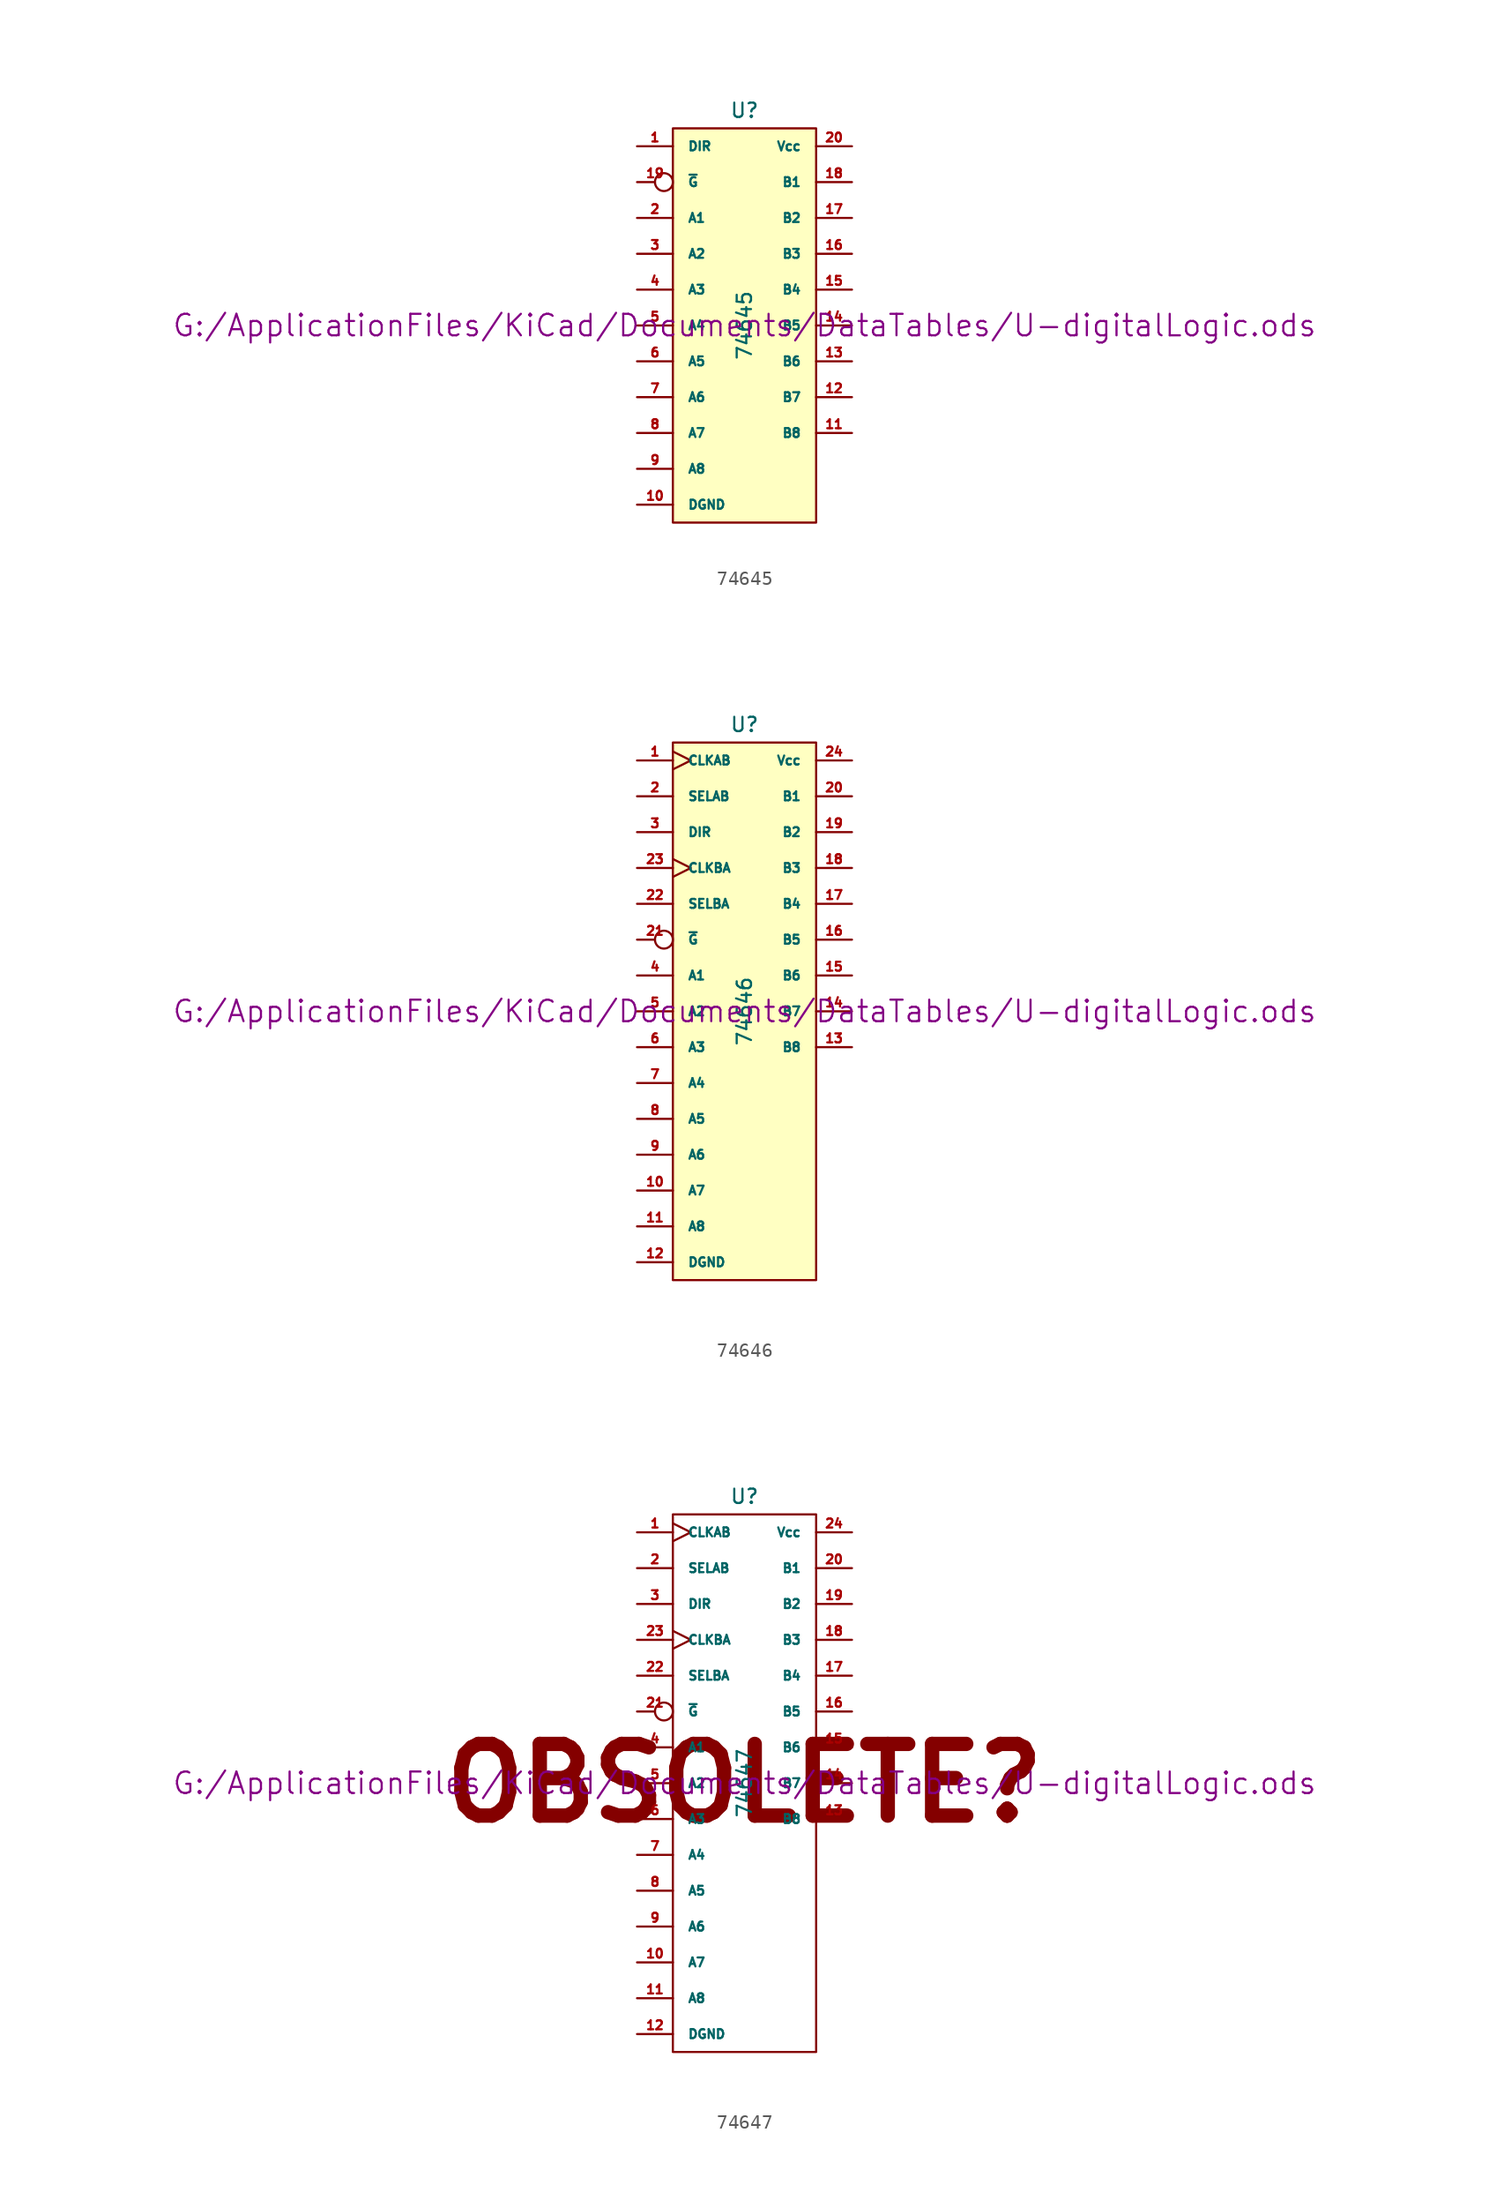
<source format=kicad_sym>
(kicad_symbol_lib
  (version 20211014)
  (generator kicad_symbol_editor)
  (symbol "74645"
    (pin_names
      (offset 1.016))
    (property "Reference" "U"
      (at 0 15.24 0)
      (effects (font (size 1.016 1.016))))
    (property "Value" "74645"
      (at 0 0 90)
      (effects (font (size 1.016 1.016))))
    (property "Footprint" ""
      (at 0 0 0)
      (effects (font (size 1.524 1.524))))
    (property "Datasheet" "G:/ApplicationFiles/KiCad/Documents/DataTables/U-digitalLogic.ods"
      (at 0 0 0)
      (effects (font (size 1.524 1.524))))
    (symbol "74645_0_1"
      (rectangle (start -5.08 13.97) (end 5.08 -13.97) (stroke (width 0) (type default) (color 0 0 0 0)) (fill (type background))))
    (symbol "74645_1_1"
      (pin input line (at -7.62 12.7 0) (length 2.54) (name "DIR" (effects (font (size 0.635 0.635)))) (number "1" (effects (font (size 0.635 0.635)))))
      (pin power_in line (at -7.62 -12.7 0) (length 2.54) (name "DGND" (effects (font (size 0.635 0.635)))) (number "10" (effects (font (size 0.635 0.635)))))
      (pin tri_state line (at 7.62 -7.62 180) (length 2.54) (name "B8" (effects (font (size 0.635 0.635)))) (number "11" (effects (font (size 0.635 0.635)))))
      (pin tri_state line (at 7.62 -5.08 180) (length 2.54) (name "B7" (effects (font (size 0.635 0.635)))) (number "12" (effects (font (size 0.635 0.635)))))
      (pin tri_state line (at 7.62 -2.54 180) (length 2.54) (name "B6" (effects (font (size 0.635 0.635)))) (number "13" (effects (font (size 0.635 0.635)))))
      (pin tri_state line (at 7.62 0 180) (length 2.54) (name "B5" (effects (font (size 0.635 0.635)))) (number "14" (effects (font (size 0.635 0.635)))))
      (pin tri_state line (at 7.62 2.54 180) (length 2.54) (name "B4" (effects (font (size 0.635 0.635)))) (number "15" (effects (font (size 0.635 0.635)))))
      (pin tri_state line (at 7.62 5.08 180) (length 2.54) (name "B3" (effects (font (size 0.635 0.635)))) (number "16" (effects (font (size 0.635 0.635)))))
      (pin tri_state line (at 7.62 7.62 180) (length 2.54) (name "B2" (effects (font (size 0.635 0.635)))) (number "17" (effects (font (size 0.635 0.635)))))
      (pin tri_state line (at 7.62 10.16 180) (length 2.54) (name "B1" (effects (font (size 0.635 0.635)))) (number "18" (effects (font (size 0.635 0.635)))))
      (pin input inverted (at -7.62 10.16 0) (length 2.54) (name "~{G}" (effects (font (size 0.635 0.635)))) (number "19" (effects (font (size 0.635 0.635)))))
      (pin tri_state line (at -7.62 7.62 0) (length 2.54) (name "A1" (effects (font (size 0.635 0.635)))) (number "2" (effects (font (size 0.635 0.635)))))
      (pin power_in line (at 7.62 12.7 180) (length 2.54) (name "Vcc" (effects (font (size 0.635 0.635)))) (number "20" (effects (font (size 0.635 0.635)))))
      (pin tri_state line (at -7.62 5.08 0) (length 2.54) (name "A2" (effects (font (size 0.635 0.635)))) (number "3" (effects (font (size 0.635 0.635)))))
      (pin tri_state line (at -7.62 2.54 0) (length 2.54) (name "A3" (effects (font (size 0.635 0.635)))) (number "4" (effects (font (size 0.635 0.635)))))
      (pin tri_state line (at -7.62 0 0) (length 2.54) (name "A4" (effects (font (size 0.635 0.635)))) (number "5" (effects (font (size 0.635 0.635)))))
      (pin tri_state line (at -7.62 -2.54 0) (length 2.54) (name "A5" (effects (font (size 0.635 0.635)))) (number "6" (effects (font (size 0.635 0.635)))))
      (pin tri_state line (at -7.62 -5.08 0) (length 2.54) (name "A6" (effects (font (size 0.635 0.635)))) (number "7" (effects (font (size 0.635 0.635)))))
      (pin tri_state line (at -7.62 -7.62 0) (length 2.54) (name "A7" (effects (font (size 0.635 0.635)))) (number "8" (effects (font (size 0.635 0.635)))))
      (pin tri_state line (at -7.62 -10.16 0) (length 2.54) (name "A8" (effects (font (size 0.635 0.635)))) (number "9" (effects (font (size 0.635 0.635)))))))
  (symbol "74646"
    (pin_names
      (offset 1.016))
    (property "Reference" "U"
      (at 0 20.32 0)
      (effects (font (size 1.016 1.016))))
    (property "Value" "74646"
      (at 0 0 90)
      (effects (font (size 1.016 1.016))))
    (property "Footprint" ""
      (at 0 0 0)
      (effects (font (size 1.524 1.524))))
    (property "Datasheet" "G:/ApplicationFiles/KiCad/Documents/DataTables/U-digitalLogic.ods"
      (at 0 0 0)
      (effects (font (size 1.524 1.524))))
    (symbol "74646_0_1"
      (rectangle (start -5.08 19.05) (end 5.08 -19.05) (stroke (width 0) (type default) (color 0 0 0 0)) (fill (type background))))
    (symbol "74646_1_1"
      (pin input clock (at -7.62 17.78 0) (length 2.54) (name "CLKAB" (effects (font (size 0.635 0.635)))) (number "1" (effects (font (size 0.635 0.635)))))
      (pin tri_state line (at -7.62 -12.7 0) (length 2.54) (name "A7" (effects (font (size 0.635 0.635)))) (number "10" (effects (font (size 0.635 0.635)))))
      (pin tri_state line (at -7.62 -15.24 0) (length 2.54) (name "A8" (effects (font (size 0.635 0.635)))) (number "11" (effects (font (size 0.635 0.635)))))
      (pin power_in line (at -7.62 -17.78 0) (length 2.54) (name "DGND" (effects (font (size 0.635 0.635)))) (number "12" (effects (font (size 0.635 0.635)))))
      (pin tri_state line (at 7.62 -2.54 180) (length 2.54) (name "B8" (effects (font (size 0.635 0.635)))) (number "13" (effects (font (size 0.635 0.635)))))
      (pin tri_state line (at 7.62 0 180) (length 2.54) (name "B7" (effects (font (size 0.635 0.635)))) (number "14" (effects (font (size 0.635 0.635)))))
      (pin tri_state line (at 7.62 2.54 180) (length 2.54) (name "B6" (effects (font (size 0.635 0.635)))) (number "15" (effects (font (size 0.635 0.635)))))
      (pin tri_state line (at 7.62 5.08 180) (length 2.54) (name "B5" (effects (font (size 0.635 0.635)))) (number "16" (effects (font (size 0.635 0.635)))))
      (pin tri_state line (at 7.62 7.62 180) (length 2.54) (name "B4" (effects (font (size 0.635 0.635)))) (number "17" (effects (font (size 0.635 0.635)))))
      (pin tri_state line (at 7.62 10.16 180) (length 2.54) (name "B3" (effects (font (size 0.635 0.635)))) (number "18" (effects (font (size 0.635 0.635)))))
      (pin tri_state line (at 7.62 12.7 180) (length 2.54) (name "B2" (effects (font (size 0.635 0.635)))) (number "19" (effects (font (size 0.635 0.635)))))
      (pin input line (at -7.62 15.24 0) (length 2.54) (name "SELAB" (effects (font (size 0.635 0.635)))) (number "2" (effects (font (size 0.635 0.635)))))
      (pin tri_state line (at 7.62 15.24 180) (length 2.54) (name "B1" (effects (font (size 0.635 0.635)))) (number "20" (effects (font (size 0.635 0.635)))))
      (pin input inverted (at -7.62 5.08 0) (length 2.54) (name "~{G}" (effects (font (size 0.635 0.635)))) (number "21" (effects (font (size 0.635 0.635)))))
      (pin input line (at -7.62 7.62 0) (length 2.54) (name "SELBA" (effects (font (size 0.635 0.635)))) (number "22" (effects (font (size 0.635 0.635)))))
      (pin input clock (at -7.62 10.16 0) (length 2.54) (name "CLKBA" (effects (font (size 0.635 0.635)))) (number "23" (effects (font (size 0.635 0.635)))))
      (pin power_in line (at 7.62 17.78 180) (length 2.54) (name "Vcc" (effects (font (size 0.635 0.635)))) (number "24" (effects (font (size 0.635 0.635)))))
      (pin input line (at -7.62 12.7 0) (length 2.54) (name "DIR" (effects (font (size 0.635 0.635)))) (number "3" (effects (font (size 0.635 0.635)))))
      (pin tri_state line (at -7.62 2.54 0) (length 2.54) (name "A1" (effects (font (size 0.635 0.635)))) (number "4" (effects (font (size 0.635 0.635)))))
      (pin tri_state line (at -7.62 0 0) (length 2.54) (name "A2" (effects (font (size 0.635 0.635)))) (number "5" (effects (font (size 0.635 0.635)))))
      (pin tri_state line (at -7.62 -2.54 0) (length 2.54) (name "A3" (effects (font (size 0.635 0.635)))) (number "6" (effects (font (size 0.635 0.635)))))
      (pin tri_state line (at -7.62 -5.08 0) (length 2.54) (name "A4" (effects (font (size 0.635 0.635)))) (number "7" (effects (font (size 0.635 0.635)))))
      (pin tri_state line (at -7.62 -7.62 0) (length 2.54) (name "A5" (effects (font (size 0.635 0.635)))) (number "8" (effects (font (size 0.635 0.635)))))
      (pin tri_state line (at -7.62 -10.16 0) (length 2.54) (name "A6" (effects (font (size 0.635 0.635)))) (number "9" (effects (font (size 0.635 0.635)))))))
  (symbol "74647"
    (pin_names
      (offset 1.016))
    (property "Reference" "U"
      (at 0 20.32 0)
      (effects (font (size 1.016 1.016))))
    (property "Value" "74647"
      (at 0 0 90)
      (effects (font (size 1.016 1.016))))
    (property "Footprint" ""
      (at 0 0 0)
      (effects (font (size 1.524 1.524))))
    (property "Datasheet" "G:/ApplicationFiles/KiCad/Documents/DataTables/U-digitalLogic.ods"
      (at 0 0 0)
      (effects (font (size 1.524 1.524))))
    (symbol "74647_0_0"
      (text "OBSOLETE?" (at 0 0 0) (effects (font (size 5.08 5.08) bold))))
    (symbol "74647_0_1"
      (rectangle (start -5.08 19.05) (end 5.08 -19.05) (stroke (width 0) (type default) (color 0 0 0 0)) (fill (type none))))
    (symbol "74647_1_1"
      (pin input clock (at -7.62 17.78 0) (length 2.54) (name "CLKAB" (effects (font (size 0.635 0.635)))) (number "1" (effects (font (size 0.635 0.635)))))
      (pin open_collector line (at -7.62 -12.7 0) (length 2.54) (name "A7" (effects (font (size 0.635 0.635)))) (number "10" (effects (font (size 0.635 0.635)))))
      (pin open_collector line (at -7.62 -15.24 0) (length 2.54) (name "A8" (effects (font (size 0.635 0.635)))) (number "11" (effects (font (size 0.635 0.635)))))
      (pin power_in line (at -7.62 -17.78 0) (length 2.54) (name "DGND" (effects (font (size 0.635 0.635)))) (number "12" (effects (font (size 0.635 0.635)))))
      (pin open_collector line (at 7.62 -2.54 180) (length 2.54) (name "B8" (effects (font (size 0.635 0.635)))) (number "13" (effects (font (size 0.635 0.635)))))
      (pin open_collector line (at 7.62 0 180) (length 2.54) (name "B7" (effects (font (size 0.635 0.635)))) (number "14" (effects (font (size 0.635 0.635)))))
      (pin open_collector line (at 7.62 2.54 180) (length 2.54) (name "B6" (effects (font (size 0.635 0.635)))) (number "15" (effects (font (size 0.635 0.635)))))
      (pin open_collector line (at 7.62 5.08 180) (length 2.54) (name "B5" (effects (font (size 0.635 0.635)))) (number "16" (effects (font (size 0.635 0.635)))))
      (pin open_collector line (at 7.62 7.62 180) (length 2.54) (name "B4" (effects (font (size 0.635 0.635)))) (number "17" (effects (font (size 0.635 0.635)))))
      (pin open_collector line (at 7.62 10.16 180) (length 2.54) (name "B3" (effects (font (size 0.635 0.635)))) (number "18" (effects (font (size 0.635 0.635)))))
      (pin open_collector line (at 7.62 12.7 180) (length 2.54) (name "B2" (effects (font (size 0.635 0.635)))) (number "19" (effects (font (size 0.635 0.635)))))
      (pin input line (at -7.62 15.24 0) (length 2.54) (name "SELAB" (effects (font (size 0.635 0.635)))) (number "2" (effects (font (size 0.635 0.635)))))
      (pin open_collector line (at 7.62 15.24 180) (length 2.54) (name "B1" (effects (font (size 0.635 0.635)))) (number "20" (effects (font (size 0.635 0.635)))))
      (pin input inverted (at -7.62 5.08 0) (length 2.54) (name "~{G}" (effects (font (size 0.635 0.635)))) (number "21" (effects (font (size 0.635 0.635)))))
      (pin input line (at -7.62 7.62 0) (length 2.54) (name "SELBA" (effects (font (size 0.635 0.635)))) (number "22" (effects (font (size 0.635 0.635)))))
      (pin input clock (at -7.62 10.16 0) (length 2.54) (name "CLKBA" (effects (font (size 0.635 0.635)))) (number "23" (effects (font (size 0.635 0.635)))))
      (pin power_in line (at 7.62 17.78 180) (length 2.54) (name "Vcc" (effects (font (size 0.635 0.635)))) (number "24" (effects (font (size 0.635 0.635)))))
      (pin input line (at -7.62 12.7 0) (length 2.54) (name "DIR" (effects (font (size 0.635 0.635)))) (number "3" (effects (font (size 0.635 0.635)))))
      (pin open_collector line (at -7.62 2.54 0) (length 2.54) (name "A1" (effects (font (size 0.635 0.635)))) (number "4" (effects (font (size 0.635 0.635)))))
      (pin open_collector line (at -7.62 0 0) (length 2.54) (name "A2" (effects (font (size 0.635 0.635)))) (number "5" (effects (font (size 0.635 0.635)))))
      (pin open_collector line (at -7.62 -2.54 0) (length 2.54) (name "A3" (effects (font (size 0.635 0.635)))) (number "6" (effects (font (size 0.635 0.635)))))
      (pin open_collector line (at -7.62 -5.08 0) (length 2.54) (name "A4" (effects (font (size 0.635 0.635)))) (number "7" (effects (font (size 0.635 0.635)))))
      (pin open_collector line (at -7.62 -7.62 0) (length 2.54) (name "A5" (effects (font (size 0.635 0.635)))) (number "8" (effects (font (size 0.635 0.635)))))
      (pin open_collector line (at -7.62 -10.16 0) (length 2.54) (name "A6" (effects (font (size 0.635 0.635)))) (number "9" (effects (font (size 0.635 0.635))))))))
</source>
